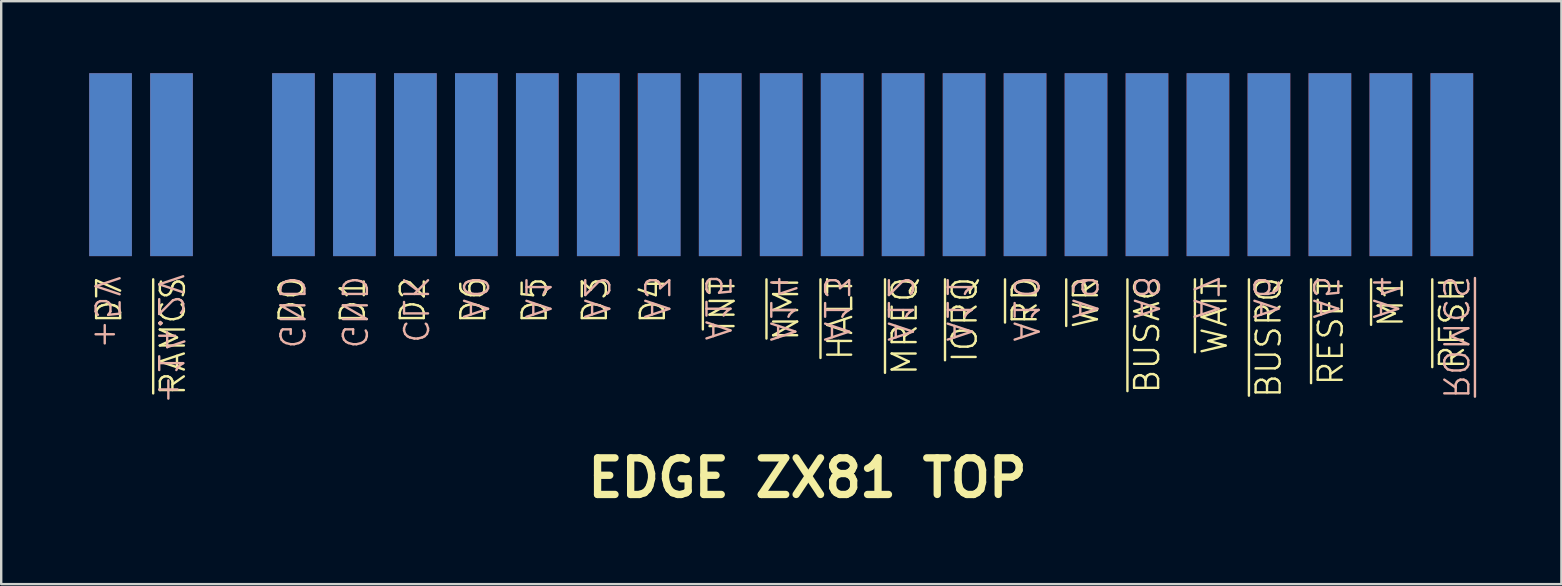
<source format=kicad_pcb>
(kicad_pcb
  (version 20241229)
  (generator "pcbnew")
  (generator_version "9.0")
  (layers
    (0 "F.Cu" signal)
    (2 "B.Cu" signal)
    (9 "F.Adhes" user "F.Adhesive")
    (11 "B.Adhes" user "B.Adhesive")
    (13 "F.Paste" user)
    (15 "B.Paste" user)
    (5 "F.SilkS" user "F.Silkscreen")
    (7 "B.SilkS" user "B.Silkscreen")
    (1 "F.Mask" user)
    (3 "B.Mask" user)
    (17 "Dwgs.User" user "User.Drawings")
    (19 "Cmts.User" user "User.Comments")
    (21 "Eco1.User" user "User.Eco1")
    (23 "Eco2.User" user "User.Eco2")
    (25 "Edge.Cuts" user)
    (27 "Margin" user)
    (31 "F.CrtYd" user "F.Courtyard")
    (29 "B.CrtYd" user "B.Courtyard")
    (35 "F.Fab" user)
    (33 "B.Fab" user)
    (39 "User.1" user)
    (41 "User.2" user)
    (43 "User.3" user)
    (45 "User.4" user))
  (footprint "EDGE ZX81 TOP"
    (layer "F.Cu")
    (at 30.79 3.81)
    (property "Reference" "EDGE ZX81 TOP" (at -0.2 13.05 0) (layer "F.SilkS") (effects (font (size 1.524 1.524) (thickness 0.305))))
    (attr through_hole)
    (fp_text user "~{NMI}" (at -1.088 7.41 90) (unlocked yes) (layer "F.SilkS") (effects (font (size 1 1) (thickness 0.1)) (justify left)))
    (fp_text user "~{WAIT}" (at 16.762 7.981 90) (unlocked yes) (layer "F.SilkS") (effects (font (size 1 1) (thickness 0.1)) (justify left)))
    (fp_text user "~{BUSRQ}" (at 19.012 9.79 90) (unlocked yes) (layer "F.SilkS") (effects (font (size 1 1) (thickness 0.1)) (justify left)))
    (fp_text user "~{RAMCS}" (at -26.638 9.695 90) (unlocked yes) (layer "F.SilkS") (effects (font (size 1 1) (thickness 0.1)) (justify left)))
    (fp_text user "D7" (at -29.293 6.695 90) (unlocked yes) (layer "F.SilkS") (effects (font (size 1 1) (thickness 0.1)) (justify left)))
    (fp_text user "D3" (at -9.059 6.695 90) (unlocked yes) (layer "F.SilkS") (effects (font (size 1 1) (thickness 0.1)) (justify left)))
    (fp_text user "D4" (at -6.643 6.695 90) (unlocked yes) (layer "F.SilkS") (effects (font (size 1 1) (thickness 0.1)) (justify left)))
    (fp_text user "D1" (at -19.143 6.695 90) (unlocked yes) (layer "F.SilkS") (effects (font (size 1 1) (thickness 0.1)) (justify left)))
    (fp_text user "~{M1}" (at 24.1 6.838 90) (unlocked yes) (layer "F.SilkS") (effects (font (size 1 1) (thickness 0.1)) (justify left)))
    (fp_text user "~{INT}" (at -3.738 7.029 90) (unlocked yes) (layer "F.SilkS") (effects (font (size 1 1) (thickness 0.1)) (justify left)))
    (fp_text user "~{RD}" (at 8.85 6.743 90) (unlocked yes) (layer "F.SilkS") (effects (font (size 1 1) (thickness 0.1)) (justify left)))
    (fp_text user "D6" (at -14.123 6.695 90) (unlocked yes) (layer "F.SilkS") (effects (font (size 1 1) (thickness 0.1)) (justify left)))
    (fp_text user "~{RESET}" (at 21.6 9.267 90) (unlocked yes) (layer "F.SilkS") (effects (font (size 1 1) (thickness 0.1)) (justify left)))
    (fp_text user "D0" (at -21.693 6.695 90) (unlocked yes) (layer "F.SilkS") (effects (font (size 1 1) (thickness 0.1)) (justify left)))
    (fp_text user "~{WR}" (at 11.4 6.886 90) (unlocked yes) (layer "F.SilkS") (effects (font (size 1 1) (thickness 0.1)) (justify left)))
    (fp_text user "D5" (at -11.566 6.695 90) (unlocked yes) (layer "F.SilkS") (effects (font (size 1 1) (thickness 0.1)) (justify left)))
    (fp_text user "~{MREQ}" (at 3.85 8.838 90) (unlocked yes) (layer "F.SilkS") (effects (font (size 1 1) (thickness 0.1)) (justify left)))
    (fp_text user "~{BUSAC}" (at 13.95 9.6 90) (unlocked yes) (layer "F.SilkS") (effects (font (size 1 1) (thickness 0.1)) (justify left)))
    (fp_text user "D2" (at -16.643 6.695 90) (unlocked yes) (layer "F.SilkS") (effects (font (size 1 1) (thickness 0.1)) (justify left)))
    (fp_text user "~{HALT}" (at 1.162 8.219 90) (unlocked yes) (layer "F.SilkS") (effects (font (size 1 1) (thickness 0.1)) (justify left)))
    (fp_text user "~{RFSH}" (at 26.65 8.6 90) (unlocked yes) (layer "F.SilkS") (effects (font (size 1 1) (thickness 0.1)) (justify left)))
    (fp_text user "~{IORQ}" (at 6.35 8.314 90) (unlocked yes) (layer "F.SilkS") (effects (font (size 1 1) (thickness 0.1)) (justify left)))
    (fp_text user "A5" (at 21.372 6.498 270) (unlocked yes) (layer "B.SilkS") (effects (font (size 1 1) (thickness 0.1)) (justify left mirror)))
    (fp_text user "A11" (at 6.1 7.45 270) (unlocked yes) (layer "B.SilkS") (effects (font (size 1 1) (thickness 0.1)) (justify left mirror)))
    (fp_text user "A3" (at -6.5 6.5 270) (unlocked yes) (layer "B.SilkS") (effects (font (size 1 1) (thickness 0.1)) (justify left mirror)))
    (fp_text user "~{ROMCS}" (at 26.788 9.831 270) (unlocked yes) (layer "B.SilkS") (effects (font (size 1 1) (thickness 0.1)) (justify left mirror)))
    (fp_text user "+5V" (at -29.4 7.75 270) (unlocked yes) (layer "B.SilkS") (effects (font (size 1 1) (thickness 0.1)) (justify left mirror)))
    (fp_text user "A8" (at 13.9 6.498 270) (unlocked yes) (layer "B.SilkS") (effects (font (size 1 1) (thickness 0.1)) (justify left mirror)))
    (fp_text user "A15" (at -3.95 7.4 270) (unlocked yes) (layer "B.SilkS") (effects (font (size 1 1) (thickness 0.1)) (justify left mirror)))
    (fp_text user "A14" (at -1.25 7.45 270) (unlocked yes) (layer "B.SilkS") (effects (font (size 1 1) (thickness 0.1)) (justify left mirror)))
    (fp_text user "CLK" (at -16.55 7.5 270) (unlocked yes) (layer "B.SilkS") (effects (font (size 1 1) (thickness 0.1)) (justify left mirror)))
    (fp_text user "A10" (at 8.888 7.45 270) (unlocked yes) (layer "B.SilkS") (effects (font (size 1 1) (thickness 0.1)) (justify left mirror)))
    (fp_text user "GND" (at -19.1 7.736 270) (unlocked yes) (layer "B.SilkS") (effects (font (size 1 1) (thickness 0.1)) (justify left mirror)))
    (fp_text user "+14.2V" (at -26.75 10.05 270) (unlocked yes) (layer "B.SilkS") (effects (font (size 1 1) (thickness 0.1)) (justify left mirror)))
    (fp_text user "A9" (at 11.338 6.498 270) (unlocked yes) (layer "B.SilkS") (effects (font (size 1 1) (thickness 0.1)) (justify left mirror)))
    (fp_text user "A2" (at -9 6.498 270) (unlocked yes) (layer "B.SilkS") (effects (font (size 1 1) (thickness 0.1)) (justify left mirror)))
    (fp_text user "A1" (at -11.45 6.5 270) (unlocked yes) (layer "B.SilkS") (effects (font (size 1 1) (thickness 0.1)) (justify left mirror)))
    (fp_text user "A12" (at 3.65 7.45 270) (unlocked yes) (layer "B.SilkS") (effects (font (size 1 1) (thickness 0.1)) (justify left mirror)))
    (fp_text user "A4" (at 23.865 6.498 270) (unlocked yes) (layer "B.SilkS") (effects (font (size 1 1) (thickness 0.1)) (justify left mirror)))
    (fp_text user "A13" (at 0.993 7.45 270) (unlocked yes) (layer "B.SilkS") (effects (font (size 1 1) (thickness 0.1)) (justify left mirror)))
    (fp_text user "GND" (at -21.7 7.736 270) (unlocked yes) (layer "B.SilkS") (effects (font (size 1 1) (thickness 0.1)) (justify left mirror)))
    (fp_text user "A7" (at 16.386 6.498 270) (unlocked yes) (layer "B.SilkS") (effects (font (size 1 1) (thickness 0.1)) (justify left mirror)))
    (fp_text user "A0" (at -14.05 6.498 270) (unlocked yes) (layer "B.SilkS") (effects (font (size 1 1) (thickness 0.1)) (justify left mirror)))
    (fp_text user "A6" (at 18.879 6.498 270) (unlocked yes) (layer "B.SilkS") (effects (font (size 1 1) (thickness 0.1)) (justify left mirror)))
    (pad "A3" connect rect (at -29.235 0 180) (size 1.778 7.62) (layers "B.Cu" "B.Mask"))
    (pad "A4" connect rect (at -26.695 0 180) (size 1.778 7.62) (layers "B.Cu" "B.Mask"))
    (pad "A6" connect rect (at -21.615 0 180) (size 1.778 7.62) (layers "B.Cu" "B.Mask"))
    (pad "A7" connect rect (at -19.075 0 180) (size 1.778 7.62) (layers "B.Cu" "B.Mask"))
    (pad "A8" connect rect (at -16.535 0 180) (size 1.778 7.62) (layers "B.Cu" "B.Mask"))
    (pad "A9" connect rect (at -13.995 0 180) (size 1.778 7.62) (layers "B.Cu" "B.Mask"))
    (pad "A10" connect rect (at -11.455 0 180) (size 1.778 7.62) (layers "B.Cu" "B.Mask"))
    (pad "A11" connect rect (at -8.915 0 180) (size 1.778 7.62) (layers "B.Cu" "B.Mask"))
    (pad "A12" connect rect (at -6.375 0 180) (size 1.778 7.62) (layers "B.Cu" "B.Mask"))
    (pad "A13" connect rect (at -3.835 0 180) (size 1.778 7.62) (layers "B.Cu" "B.Mask"))
    (pad "A14" connect rect (at -1.295 0 180) (size 1.778 7.62) (layers "B.Cu" "B.Mask"))
    (pad "A15" connect rect (at 1.245 0 180) (size 1.778 7.62) (layers "B.Cu" "B.Mask"))
    (pad "A16" connect rect (at 3.785 0 180) (size 1.778 7.62) (layers "B.Cu" "B.Mask"))
    (pad "A17" connect rect (at 6.325 0 180) (size 1.778 7.62) (layers "B.Cu" "B.Mask"))
    (pad "A18" connect rect (at 8.865 0 180) (size 1.778 7.62) (layers "B.Cu" "B.Mask"))
    (pad "A19" connect rect (at 11.405 0 180) (size 1.778 7.62) (layers "B.Cu" "B.Mask"))
    (pad "A20" connect rect (at 13.945 0 180) (size 1.778 7.62) (layers "B.Cu" "B.Mask"))
    (pad "A21" connect rect (at 16.485 0 180) (size 1.778 7.62) (layers "B.Cu" "B.Mask"))
    (pad "A22" connect rect (at 19.025 0 180) (size 1.778 7.62) (layers "B.Cu" "B.Mask"))
    (pad "A23" connect rect (at 21.565 0 180) (size 1.778 7.62) (layers "B.Cu" "B.Mask"))
    (pad "A24" connect rect (at 24.105 0 180) (size 1.778 7.62) (layers "B.Cu" "B.Mask"))
    (pad "A25" connect rect (at 26.645 0 180) (size 1.778 7.62) (layers "B.Cu" "B.Mask"))
    (pad "B3" connect rect (at -29.235 0 180) (size 1.778 7.62) (layers "F.Cu" "F.Mask"))
    (pad "B4" connect rect (at -26.695 0 180) (size 1.778 7.62) (layers "F.Cu" "F.Mask"))
    (pad "B6" connect rect (at -21.615 0 180) (size 1.778 7.62) (layers "F.Cu" "F.Mask"))
    (pad "B7" connect rect (at -19.075 0 180) (size 1.778 7.62) (layers "F.Cu" "F.Mask"))
    (pad "B8" connect rect (at -16.535 0 180) (size 1.778 7.62) (layers "F.Cu" "F.Mask"))
    (pad "B9" connect rect (at -13.995 0 180) (size 1.778 7.62) (layers "F.Cu" "F.Mask"))
    (pad "B10" connect rect (at -11.455 0 180) (size 1.778 7.62) (layers "F.Cu" "F.Mask"))
    (pad "B11" connect rect (at -8.915 0 180) (size 1.778 7.62) (layers "F.Cu" "F.Mask"))
    (pad "B12" connect rect (at -6.385 0 180) (size 1.778 7.62) (layers "F.Cu" "F.Mask"))
    (pad "B13" connect rect (at -3.835 0 180) (size 1.778 7.62) (layers "F.Cu" "F.Mask"))
    (pad "B14" connect rect (at -1.295 0 180) (size 1.778 7.62) (layers "F.Cu" "F.Mask"))
    (pad "B15" connect rect (at 1.245 0 180) (size 1.778 7.62) (layers "F.Cu" "F.Mask"))
    (pad "B16" connect rect (at 3.785 0 180) (size 1.778 7.62) (layers "F.Cu" "F.Mask"))
    (pad "B17" connect rect (at 6.325 0 180) (size 1.778 7.62) (layers "F.Cu" "F.Mask"))
    (pad "B18" connect rect (at 8.865 0 180) (size 1.778 7.62) (layers "F.Cu" "F.Mask"))
    (pad "B19" connect rect (at 11.405 0 180) (size 1.778 7.62) (layers "F.Cu" "F.Mask"))
    (pad "B20" connect rect (at 13.945 0 180) (size 1.778 7.62) (layers "F.Cu" "F.Mask"))
    (pad "B21" connect rect (at 16.485 0 180) (size 1.778 7.62) (layers "F.Cu" "F.Mask"))
    (pad "B22" connect rect (at 19.025 0 180) (size 1.778 7.62) (layers "F.Cu" "F.Mask"))
    (pad "B23" connect rect (at 21.565 0 180) (size 1.778 7.62) (layers "F.Cu" "F.Mask"))
    (pad "B24" connect rect (at 24.105 0 180) (size 1.778 7.62) (layers "F.Cu" "F.Mask"))
    (pad "B25" connect rect (at 26.645 0 180) (size 1.778 7.62) (layers "F.Cu" "F.Mask"))
    (zone (net_name "") (layer "F.Cu") (hatch edge 0.5) (connect_pads) (min_thickness 0.25) (filled_areas_thickness no) (keepout (tracks not_allowed) (vias not_allowed) (pads not_allowed) (copperpour not_allowed) (footprints not_allowed)) (placement (enabled no)) (fill) (polygon (pts (xy 0 7.25) (xy 0.57 7.26) (xy 0.57 0) (xy 0 0))))
    (zone (net_name "") (layer "F.Cu") (hatch edge 0.5) (connect_pads) (min_thickness 0.25) (filled_areas_thickness no) (keepout (tracks not_allowed) (vias not_allowed) (pads not_allowed) (copperpour not_allowed) (footprints not_allowed)) (placement (enabled no)) (fill) (polygon (pts (xy 2.54 7.25) (xy 3.11 7.26) (xy 3.11 0) (xy 2.54 0))))
    (zone (net_name "") (layer "F.Cu") (hatch edge 0.5) (connect_pads) (min_thickness 0.25) (filled_areas_thickness no) (keepout (tracks not_allowed) (vias not_allowed) (pads not_allowed) (copperpour not_allowed) (footprints not_allowed)) (placement (enabled no)) (fill) (polygon (pts (xy 5.1 7.25) (xy 5.67 7.26) (xy 5.67 0) (xy 5.1 0))))
    (zone (net_name "") (layer "F.Cu") (hatch edge 0.5) (connect_pads) (min_thickness 0.25) (filled_areas_thickness no) (keepout (tracks not_allowed) (vias not_allowed) (pads not_allowed) (copperpour not_allowed) (footprints not_allowed)) (placement (enabled no)) (fill) (polygon (pts (xy 7.63 7.25) (xy 8.2 7.26) (xy 8.2 0) (xy 7.63 0))))
    (zone (net_name "") (layer "F.Cu") (hatch edge 0.5) (connect_pads) (min_thickness 0.25) (filled_areas_thickness no) (keepout (tracks not_allowed) (vias not_allowed) (pads not_allowed) (copperpour not_allowed) (footprints not_allowed)) (placement (enabled no)) (fill) (polygon (pts (xy 10.15 7.25) (xy 10.72 7.26) (xy 10.72 0) (xy 10.15 0))))
    (zone (net_name "") (layer "F.Cu") (hatch edge 0.5) (connect_pads) (min_thickness 0.25) (filled_areas_thickness no) (keepout (tracks not_allowed) (vias not_allowed) (pads not_allowed) (copperpour not_allowed) (footprints not_allowed)) (placement (enabled no)) (fill) (polygon (pts (xy 12.69 7.25) (xy 13.26 7.26) (xy 13.26 0) (xy 12.69 0))))
    (zone (net_name "") (layer "F.Cu") (hatch edge 0.5) (connect_pads) (min_thickness 0.25) (filled_areas_thickness no) (keepout (tracks not_allowed) (vias not_allowed) (pads not_allowed) (copperpour not_allowed) (footprints not_allowed)) (placement (enabled no)) (fill) (polygon (pts (xy 15.23 7.25) (xy 15.8 7.26) (xy 15.8 0) (xy 15.23 0))))
    (zone (net_name "") (layer "F.Cu") (hatch edge 0.5) (connect_pads) (min_thickness 0.25) (filled_areas_thickness no) (keepout (tracks not_allowed) (vias not_allowed) (pads not_allowed) (copperpour not_allowed) (footprints not_allowed)) (placement (enabled no)) (fill) (polygon (pts (xy 17.77 7.25) (xy 18.34 7.26) (xy 18.34 0) (xy 17.77 0))))
    (zone (net_name "") (layer "F.Cu") (hatch edge 0.5) (connect_pads) (min_thickness 0.25) (filled_areas_thickness no) (keepout (tracks not_allowed) (vias not_allowed) (pads not_allowed) (copperpour not_allowed) (footprints not_allowed)) (placement (enabled no)) (fill) (polygon (pts (xy 20.31 7.25) (xy 20.88 7.26) (xy 20.88 0) (xy 20.31 0))))
    (zone (net_name "") (layer "F.Cu") (hatch edge 0.5) (connect_pads) (min_thickness 0.25) (filled_areas_thickness no) (keepout (tracks not_allowed) (vias not_allowed) (pads not_allowed) (copperpour not_allowed) (footprints not_allowed)) (placement (enabled no)) (fill) (polygon (pts (xy 22.85 7.25) (xy 23.42 7.26) (xy 23.42 0) (xy 22.85 0))))
    (zone (net_name "") (layer "F.Cu") (hatch edge 0.5) (connect_pads) (min_thickness 0.25) (filled_areas_thickness no) (keepout (tracks not_allowed) (vias not_allowed) (pads not_allowed) (copperpour not_allowed) (footprints not_allowed)) (placement (enabled no)) (fill) (polygon (pts (xy 25.4 7.25) (xy 25.97 7.26) (xy 25.97 0) (xy 25.4 0))))
    (zone (net_name "") (layer "F.Cu") (hatch edge 0.5) (connect_pads) (min_thickness 0.25) (filled_areas_thickness no) (keepout (tracks not_allowed) (vias not_allowed) (pads not_allowed) (copperpour not_allowed) (footprints not_allowed)) (placement (enabled no)) (fill) (polygon (pts (xy 27.94 7.25) (xy 28.51 7.26) (xy 28.51 0) (xy 27.94 0))))
    (zone (net_name "") (layer "F.Cu") (hatch edge 0.5) (connect_pads) (min_thickness 0.25) (filled_areas_thickness no) (keepout (tracks not_allowed) (vias not_allowed) (pads not_allowed) (copperpour not_allowed) (footprints not_allowed)) (placement (enabled no)) (fill) (polygon (pts (xy 30.48 7.25) (xy 31.05 7.26) (xy 31.05 0) (xy 30.48 0))))
    (zone (net_name "") (layer "F.Cu") (hatch edge 0.5) (connect_pads) (min_thickness 0.25) (filled_areas_thickness no) (keepout (tracks not_allowed) (vias not_allowed) (pads not_allowed) (copperpour not_allowed) (footprints not_allowed)) (placement (enabled no)) (fill) (polygon (pts (xy 33.02 7.25) (xy 33.59 7.26) (xy 33.59 0) (xy 33.02 0))))
    (zone (net_name "") (layer "F.Cu") (hatch edge 0.5) (connect_pads) (min_thickness 0.25) (filled_areas_thickness no) (keepout (tracks not_allowed) (vias not_allowed) (pads not_allowed) (copperpour not_allowed) (footprints not_allowed)) (placement (enabled no)) (fill) (polygon (pts (xy 35.56 7.25) (xy 36.13 7.26) (xy 36.13 0) (xy 35.56 0))))
    (zone (net_name "") (layer "F.Cu") (hatch edge 0.5) (connect_pads) (min_thickness 0.25) (filled_areas_thickness no) (keepout (tracks not_allowed) (vias not_allowed) (pads not_allowed) (copperpour not_allowed) (footprints not_allowed)) (placement (enabled no)) (fill) (polygon (pts (xy 38.1 7.25) (xy 38.67 7.26) (xy 38.67 0) (xy 38.1 0))))
    (zone (net_name "") (layer "F.Cu") (hatch edge 0.5) (connect_pads) (min_thickness 0.25) (filled_areas_thickness no) (keepout (tracks not_allowed) (vias not_allowed) (pads not_allowed) (copperpour not_allowed) (footprints not_allowed)) (placement (enabled no)) (fill) (polygon (pts (xy 40.63 7.25) (xy 41.2 7.26) (xy 41.2 0) (xy 40.63 0))))
    (zone (net_name "") (layer "F.Cu") (hatch edge 0.5) (connect_pads) (min_thickness 0.25) (filled_areas_thickness no) (keepout (tracks not_allowed) (vias not_allowed) (pads not_allowed) (copperpour not_allowed) (footprints not_allowed)) (placement (enabled no)) (fill) (polygon (pts (xy 43.17 7.25) (xy 43.74 7.26) (xy 43.74 0) (xy 43.17 0))))
    (zone (net_name "") (layer "F.Cu") (hatch edge 0.5) (connect_pads) (min_thickness 0.25) (filled_areas_thickness no) (keepout (tracks not_allowed) (vias not_allowed) (pads not_allowed) (copperpour not_allowed) (footprints not_allowed)) (placement (enabled no)) (fill) (polygon (pts (xy 45.71 7.25) (xy 46.28 7.26) (xy 46.28 0) (xy 45.71 0))))
    (zone (net_name "") (layer "F.Cu") (hatch edge 0.5) (connect_pads) (min_thickness 0.25) (filled_areas_thickness no) (keepout (tracks not_allowed) (vias not_allowed) (pads not_allowed) (copperpour not_allowed) (footprints not_allowed)) (placement (enabled no)) (fill) (polygon (pts (xy 48.26 7.25) (xy 48.83 7.26) (xy 48.83 0) (xy 48.26 0))))
    (zone (net_name "") (layer "F.Cu") (hatch edge 0.5) (connect_pads) (min_thickness 0.25) (filled_areas_thickness no) (keepout (tracks not_allowed) (vias not_allowed) (pads not_allowed) (copperpour not_allowed) (footprints not_allowed)) (placement (enabled no)) (fill) (polygon (pts (xy 50.8 7.25) (xy 51.37 7.26) (xy 51.37 0) (xy 50.8 0))))
    (zone (net_name "") (layer "F.Cu") (hatch edge 0.5) (connect_pads) (min_thickness 0.25) (filled_areas_thickness no) (keepout (tracks not_allowed) (vias not_allowed) (pads not_allowed) (copperpour not_allowed) (footprints not_allowed)) (placement (enabled no)) (fill) (polygon (pts (xy 53.34 7.25) (xy 53.91 7.26) (xy 53.91 0) (xy 53.34 0))))
    (zone (net_name "") (layer "F.Cu") (hatch edge 0.5) (connect_pads) (min_thickness 0.25) (filled_areas_thickness no) (keepout (tracks not_allowed) (vias not_allowed) (pads not_allowed) (copperpour not_allowed) (footprints not_allowed)) (placement (enabled no)) (fill) (polygon (pts (xy 55.88 7.25) (xy 56.45 7.26) (xy 56.45 0) (xy 55.88 0))))
    (zone (net_name "") (layer "F.Cu") (hatch edge 0.5) (connect_pads) (min_thickness 0.25) (filled_areas_thickness no) (keepout (tracks not_allowed) (vias not_allowed) (pads not_allowed) (copperpour not_allowed) (footprints not_allowed)) (placement (enabled no)) (fill) (polygon (pts (xy 58.42 7.25) (xy 58.99 7.26) (xy 58.99 0) (xy 58.42 0))))
    (zone (net_name "") (layer "B.Cu") (hatch edge 0.5) (connect_pads) (min_thickness 0.25) (filled_areas_thickness no) (keepout (tracks not_allowed) (vias not_allowed) (pads not_allowed) (copperpour not_allowed) (footprints not_allowed)) (placement (enabled no)) (fill) (polygon (pts (xy 0.58 7.25) (xy 0.01 7.26) (xy 0.01 0) (xy 0.58 0))))
    (zone (net_name "") (layer "B.Cu") (hatch edge 0.5) (connect_pads) (min_thickness 0.25) (filled_areas_thickness no) (keepout (tracks not_allowed) (vias not_allowed) (pads not_allowed) (copperpour not_allowed) (footprints not_allowed)) (placement (enabled no)) (fill) (polygon (pts (xy 3.12 7.25) (xy 2.55 7.26) (xy 2.55 0) (xy 3.12 0))))
    (zone (net_name "") (layer "B.Cu") (hatch edge 0.5) (connect_pads) (min_thickness 0.25) (filled_areas_thickness no) (keepout (tracks not_allowed) (vias not_allowed) (pads not_allowed) (copperpour not_allowed) (footprints not_allowed)) (placement (enabled no)) (fill) (polygon (pts (xy 5.66 7.25) (xy 5.09 7.26) (xy 5.09 0) (xy 5.66 0))))
    (zone (net_name "") (layer "B.Cu") (hatch edge 0.5) (connect_pads) (min_thickness 0.25) (filled_areas_thickness no) (keepout (tracks not_allowed) (vias not_allowed) (pads not_allowed) (copperpour not_allowed) (footprints not_allowed)) (placement (enabled no)) (fill) (polygon (pts (xy 8.2 7.25) (xy 7.63 7.26) (xy 7.63 0) (xy 8.2 0))))
    (zone (net_name "") (layer "B.Cu") (hatch edge 0.5) (connect_pads) (min_thickness 0.25) (filled_areas_thickness no) (keepout (tracks not_allowed) (vias not_allowed) (pads not_allowed) (copperpour not_allowed) (footprints not_allowed)) (placement (enabled no)) (fill) (polygon (pts (xy 10.74 7.25) (xy 10.17 7.26) (xy 10.17 0) (xy 10.74 0))))
    (zone (net_name "") (layer "B.Cu") (hatch edge 0.5) (connect_pads) (min_thickness 0.25) (filled_areas_thickness no) (keepout (tracks not_allowed) (vias not_allowed) (pads not_allowed) (copperpour not_allowed) (footprints not_allowed)) (placement (enabled no)) (fill) (polygon (pts (xy 13.29 7.25) (xy 12.72 7.26) (xy 12.72 0) (xy 13.29 0))))
    (zone (net_name "") (layer "B.Cu") (hatch edge 0.5) (connect_pads) (min_thickness 0.25) (filled_areas_thickness no) (keepout (tracks not_allowed) (vias not_allowed) (pads not_allowed) (copperpour not_allowed) (footprints not_allowed)) (placement (enabled no)) (fill) (polygon (pts (xy 15.83 7.25) (xy 15.26 7.26) (xy 15.26 0) (xy 15.83 0))))
    (zone (net_name "") (layer "B.Cu") (hatch edge 0.5) (connect_pads) (min_thickness 0.25) (filled_areas_thickness no) (keepout (tracks not_allowed) (vias not_allowed) (pads not_allowed) (copperpour not_allowed) (footprints not_allowed)) (placement (enabled no)) (fill) (polygon (pts (xy 18.37 7.25) (xy 17.8 7.26) (xy 17.8 0) (xy 18.37 0))))
    (zone (net_name "") (layer "B.Cu") (hatch edge 0.5) (connect_pads) (min_thickness 0.25) (filled_areas_thickness no) (keepout (tracks not_allowed) (vias not_allowed) (pads not_allowed) (copperpour not_allowed) (footprints not_allowed)) (placement (enabled no)) (fill) (polygon (pts (xy 20.9 7.25) (xy 20.33 7.26) (xy 20.33 0) (xy 20.9 0))))
    (zone (net_name "") (layer "B.Cu") (hatch edge 0.5) (connect_pads) (min_thickness 0.25) (filled_areas_thickness no) (keepout (tracks not_allowed) (vias not_allowed) (pads not_allowed) (copperpour not_allowed) (footprints not_allowed)) (placement (enabled no)) (fill) (polygon (pts (xy 23.44 7.25) (xy 22.87 7.26) (xy 22.87 0) (xy 23.44 0))))
    (zone (net_name "") (layer "B.Cu") (hatch edge 0.5) (connect_pads) (min_thickness 0.25) (filled_areas_thickness no) (keepout (tracks not_allowed) (vias not_allowed) (pads not_allowed) (copperpour not_allowed) (footprints not_allowed)) (placement (enabled no)) (fill) (polygon (pts (xy 25.98 7.25) (xy 25.41 7.26) (xy 25.41 0) (xy 25.98 0))))
    (zone (net_name "") (layer "B.Cu") (hatch edge 0.5) (connect_pads) (min_thickness 0.25) (filled_areas_thickness no) (keepout (tracks not_allowed) (vias not_allowed) (pads not_allowed) (copperpour not_allowed) (footprints not_allowed)) (placement (enabled no)) (fill) (polygon (pts (xy 28.52 7.25) (xy 27.95 7.26) (xy 27.95 0) (xy 28.52 0))))
    (zone (net_name "") (layer "B.Cu") (hatch edge 0.5) (connect_pads) (min_thickness 0.25) (filled_areas_thickness no) (keepout (tracks not_allowed) (vias not_allowed) (pads not_allowed) (copperpour not_allowed) (footprints not_allowed)) (placement (enabled no)) (fill) (polygon (pts (xy 31.06 7.25) (xy 30.49 7.26) (xy 30.49 0) (xy 31.06 0))))
    (zone (net_name "") (layer "B.Cu") (hatch edge 0.5) (connect_pads) (min_thickness 0.25) (filled_areas_thickness no) (keepout (tracks not_allowed) (vias not_allowed) (pads not_allowed) (copperpour not_allowed) (footprints not_allowed)) (placement (enabled no)) (fill) (polygon (pts (xy 33.6 7.25) (xy 33.03 7.26) (xy 33.03 0) (xy 33.6 0))))
    (zone (net_name "") (layer "B.Cu") (hatch edge 0.5) (connect_pads) (min_thickness 0.25) (filled_areas_thickness no) (keepout (tracks not_allowed) (vias not_allowed) (pads not_allowed) (copperpour not_allowed) (footprints not_allowed)) (placement (enabled no)) (fill) (polygon (pts (xy 36.15 7.25) (xy 35.58 7.26) (xy 35.58 0) (xy 36.15 0))))
    (zone (net_name "") (layer "B.Cu") (hatch edge 0.5) (connect_pads) (min_thickness 0.25) (filled_areas_thickness no) (keepout (tracks not_allowed) (vias not_allowed) (pads not_allowed) (copperpour not_allowed) (footprints not_allowed)) (placement (enabled no)) (fill) (polygon (pts (xy 38.69 7.25) (xy 38.12 7.26) (xy 38.12 0) (xy 38.69 0))))
    (zone (net_name "") (layer "B.Cu") (hatch edge 0.5) (connect_pads) (min_thickness 0.25) (filled_areas_thickness no) (keepout (tracks not_allowed) (vias not_allowed) (pads not_allowed) (copperpour not_allowed) (footprints not_allowed)) (placement (enabled no)) (fill) (polygon (pts (xy 41.23 7.25) (xy 40.66 7.26) (xy 40.66 0) (xy 41.23 0))))
    (zone (net_name "") (layer "B.Cu") (hatch edge 0.5) (connect_pads) (min_thickness 0.25) (filled_areas_thickness no) (keepout (tracks not_allowed) (vias not_allowed) (pads not_allowed) (copperpour not_allowed) (footprints not_allowed)) (placement (enabled no)) (fill) (polygon (pts (xy 43.77 7.25) (xy 43.2 7.26) (xy 43.2 0) (xy 43.77 0))))
    (zone (net_name "") (layer "B.Cu") (hatch edge 0.5) (connect_pads) (min_thickness 0.25) (filled_areas_thickness no) (keepout (tracks not_allowed) (vias not_allowed) (pads not_allowed) (copperpour not_allowed) (footprints not_allowed)) (placement (enabled no)) (fill) (polygon (pts (xy 46.31 7.25) (xy 45.74 7.26) (xy 45.74 0) (xy 46.31 0))))
    (zone (net_name "") (layer "B.Cu") (hatch edge 0.5) (connect_pads) (min_thickness 0.25) (filled_areas_thickness no) (keepout (tracks not_allowed) (vias not_allowed) (pads not_allowed) (copperpour not_allowed) (footprints not_allowed)) (placement (enabled no)) (fill) (polygon (pts (xy 48.85 7.25) (xy 48.28 7.26) (xy 48.28 0) (xy 48.85 0))))
    (zone (net_name "") (layer "B.Cu") (hatch edge 0.5) (connect_pads) (min_thickness 0.25) (filled_areas_thickness no) (keepout (tracks not_allowed) (vias not_allowed) (pads not_allowed) (copperpour not_allowed) (footprints not_allowed)) (placement (enabled no)) (fill) (polygon (pts (xy 51.37 7.25) (xy 50.8 7.26) (xy 50.8 0) (xy 51.37 0))))
    (zone (net_name "") (layer "B.Cu") (hatch edge 0.5) (connect_pads) (min_thickness 0.25) (filled_areas_thickness no) (keepout (tracks not_allowed) (vias not_allowed) (pads not_allowed) (copperpour not_allowed) (footprints not_allowed)) (placement (enabled no)) (fill) (polygon (pts (xy 53.9 7.25) (xy 53.33 7.26) (xy 53.33 0) (xy 53.9 0))))
    (zone (net_name "") (layer "B.Cu") (hatch edge 0.5) (connect_pads) (min_thickness 0.25) (filled_areas_thickness no) (keepout (tracks not_allowed) (vias not_allowed) (pads not_allowed) (copperpour not_allowed) (footprints not_allowed)) (placement (enabled no)) (fill) (polygon (pts (xy 56.46 7.25) (xy 55.89 7.26) (xy 55.89 0) (xy 56.46 0))))
    (zone (net_name "") (layer "B.Cu") (hatch edge 0.5) (connect_pads) (min_thickness 0.25) (filled_areas_thickness no) (keepout (tracks not_allowed) (vias not_allowed) (pads not_allowed) (copperpour not_allowed) (footprints not_allowed)) (placement (enabled no)) (fill) (polygon (pts (xy 59 7.25) (xy 58.43 7.26) (xy 58.43 0) (xy 59 0)))))
  (gr_rect
    (start -3 -3)
    (end 62 21.286)
    (stroke (width 0.1) (type default))
    (fill no)
    (layer "Edge.Cuts")))
</source>
